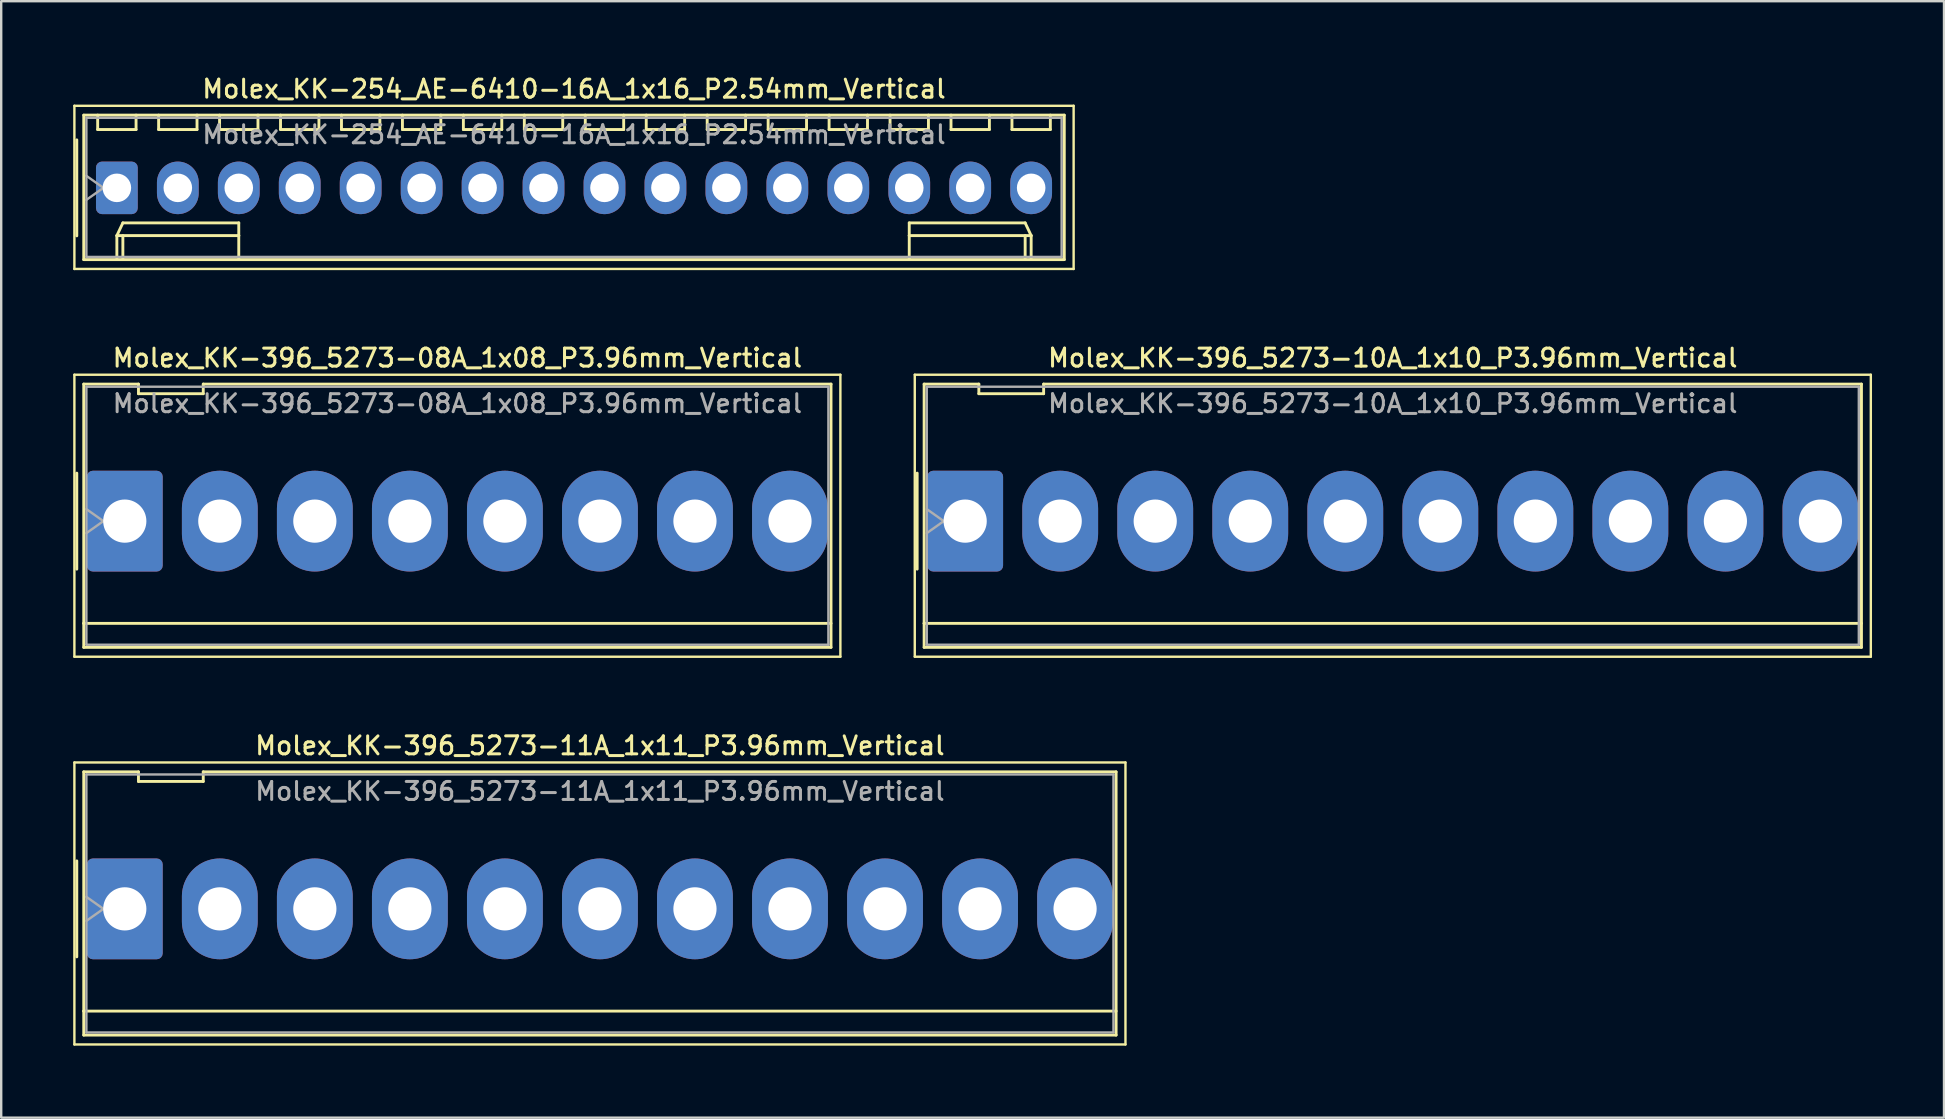
<source format=kicad_pcb>
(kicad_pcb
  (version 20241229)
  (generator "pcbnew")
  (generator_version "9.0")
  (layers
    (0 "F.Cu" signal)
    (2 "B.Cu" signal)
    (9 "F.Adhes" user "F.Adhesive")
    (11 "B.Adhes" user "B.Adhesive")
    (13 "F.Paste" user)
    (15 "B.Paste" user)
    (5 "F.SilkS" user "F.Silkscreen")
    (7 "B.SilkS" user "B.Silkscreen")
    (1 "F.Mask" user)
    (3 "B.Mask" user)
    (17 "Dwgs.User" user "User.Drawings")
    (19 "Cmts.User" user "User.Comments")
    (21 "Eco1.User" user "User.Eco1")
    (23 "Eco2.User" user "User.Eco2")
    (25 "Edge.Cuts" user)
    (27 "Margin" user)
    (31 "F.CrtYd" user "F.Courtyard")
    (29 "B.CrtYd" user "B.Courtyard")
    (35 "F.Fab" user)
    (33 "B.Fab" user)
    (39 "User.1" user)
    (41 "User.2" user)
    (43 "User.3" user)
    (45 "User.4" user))
  (footprint "Molex_KK-396_5273-10A_1x10_P3.96mm_Vertical"
    (layer "F.Cu")
    (at 37.17 18.666)
    (property "Reference" "Molex_KK-396_5273-10A_1x10_P3.96mm_Vertical" (at 17.82 -6.8 0) (layer "F.SilkS") (effects (font (size 0.75 0.75) (thickness 0.125))))
    (attr through_hole)
    (fp_line (start -2.1 -6.1) (end -2.1 5.65) (stroke (width 0.1) (type solid)) (layer "F.SilkS"))
    (fp_line (start -2.1 5.65) (end 37.74 5.65) (stroke (width 0.1) (type solid)) (layer "F.SilkS"))
    (fp_line (start -2 -2) (end -2 2) (stroke (width 0.12) (type solid)) (layer "F.SilkS"))
    (fp_line (start -1.71 -5.71) (end 0.57 -5.71) (stroke (width 0.12) (type solid)) (layer "F.SilkS"))
    (fp_line (start -1.71 4.26) (end -1.71 -5.71) (stroke (width 0.12) (type solid)) (layer "F.SilkS"))
    (fp_line (start -1.71 4.26) (end 37.35 4.26) (stroke (width 0.12) (type solid)) (layer "F.SilkS"))
    (fp_line (start -1.71 5.26) (end -1.71 4.26) (stroke (width 0.12) (type solid)) (layer "F.SilkS"))
    (fp_line (start 0.57 -5.71) (end 0.57 -5.31) (stroke (width 0.12) (type solid)) (layer "F.SilkS"))
    (fp_line (start 0.57 -5.31) (end 3.27 -5.31) (stroke (width 0.12) (type solid)) (layer "F.SilkS"))
    (fp_line (start 3.27 -5.71) (end 37.35 -5.71) (stroke (width 0.12) (type solid)) (layer "F.SilkS"))
    (fp_line (start 3.27 -5.31) (end 3.27 -5.71) (stroke (width 0.12) (type solid)) (layer "F.SilkS"))
    (fp_line (start 37.35 -5.71) (end 37.35 5.26) (stroke (width 0.12) (type solid)) (layer "F.SilkS"))
    (fp_line (start 37.35 5.26) (end -1.71 5.26) (stroke (width 0.12) (type solid)) (layer "F.SilkS"))
    (fp_line (start 37.74 -6.1) (end -2.1 -6.1) (stroke (width 0.1) (type solid)) (layer "F.SilkS"))
    (fp_line (start 37.74 5.65) (end 37.74 -6.1) (stroke (width 0.1) (type solid)) (layer "F.SilkS"))
    (fp_line (start -1.6 -5.6) (end 37.24 -5.6) (stroke (width 0.1) (type solid)) (layer "F.Fab"))
    (fp_line (start -1.6 -0.5) (end -0.893 0) (stroke (width 0.1) (type solid)) (layer "F.Fab"))
    (fp_line (start -1.6 5.15) (end -1.6 -5.6) (stroke (width 0.1) (type solid)) (layer "F.Fab"))
    (fp_line (start -0.893 0) (end -1.6 0.5) (stroke (width 0.1) (type solid)) (layer "F.Fab"))
    (fp_line (start 37.24 -5.6) (end 37.24 5.15) (stroke (width 0.1) (type solid)) (layer "F.Fab"))
    (fp_line (start 37.24 5.15) (end -1.6 5.15) (stroke (width 0.1) (type solid)) (layer "F.Fab"))
    (fp_text user "${REFERENCE}" (at 17.82 -4.9 0) (layer "F.Fab") (effects (font (size 0.75 0.75) (thickness 0.125))))
    (pad "1" thru_hole roundrect (at 0 0) (size 3.16 4.2) (drill 1.8) (layers "*.Cu" "*.Mask") (roundrect_rratio 0.079))
    (pad "2" thru_hole oval (at 3.96 0) (size 3.16 4.2) (drill 1.8) (layers "*.Cu" "*.Mask"))
    (pad "3" thru_hole oval (at 7.92 0) (size 3.16 4.2) (drill 1.8) (layers "*.Cu" "*.Mask"))
    (pad "4" thru_hole oval (at 11.88 0) (size 3.16 4.2) (drill 1.8) (layers "*.Cu" "*.Mask"))
    (pad "5" thru_hole oval (at 15.84 0) (size 3.16 4.2) (drill 1.8) (layers "*.Cu" "*.Mask"))
    (pad "6" thru_hole oval (at 19.8 0) (size 3.16 4.2) (drill 1.8) (layers "*.Cu" "*.Mask"))
    (pad "7" thru_hole oval (at 23.76 0) (size 3.16 4.2) (drill 1.8) (layers "*.Cu" "*.Mask"))
    (pad "8" thru_hole oval (at 27.72 0) (size 3.16 4.2) (drill 1.8) (layers "*.Cu" "*.Mask"))
    (pad "9" thru_hole oval (at 31.68 0) (size 3.16 4.2) (drill 1.8) (layers "*.Cu" "*.Mask"))
    (pad "10" thru_hole oval (at 35.64 0) (size 3.16 4.2) (drill 1.8) (layers "*.Cu" "*.Mask")))
  (footprint "Molex_KK-396_5273-08A_1x08_P3.96mm_Vertical"
    (layer "F.Cu")
    (at 2.15 18.666)
    (property "Reference" "Molex_KK-396_5273-08A_1x08_P3.96mm_Vertical" (at 13.86 -6.8 0) (layer "F.SilkS") (effects (font (size 0.75 0.75) (thickness 0.125))))
    (attr through_hole)
    (fp_line (start -2.1 -6.1) (end -2.1 5.65) (stroke (width 0.1) (type solid)) (layer "F.SilkS"))
    (fp_line (start -2.1 5.65) (end 29.82 5.65) (stroke (width 0.1) (type solid)) (layer "F.SilkS"))
    (fp_line (start -2 -2) (end -2 2) (stroke (width 0.12) (type solid)) (layer "F.SilkS"))
    (fp_line (start -1.71 -5.71) (end 0.57 -5.71) (stroke (width 0.12) (type solid)) (layer "F.SilkS"))
    (fp_line (start -1.71 4.26) (end -1.71 -5.71) (stroke (width 0.12) (type solid)) (layer "F.SilkS"))
    (fp_line (start -1.71 4.26) (end 29.43 4.26) (stroke (width 0.12) (type solid)) (layer "F.SilkS"))
    (fp_line (start -1.71 5.26) (end -1.71 4.26) (stroke (width 0.12) (type solid)) (layer "F.SilkS"))
    (fp_line (start 0.57 -5.71) (end 0.57 -5.31) (stroke (width 0.12) (type solid)) (layer "F.SilkS"))
    (fp_line (start 0.57 -5.31) (end 3.27 -5.31) (stroke (width 0.12) (type solid)) (layer "F.SilkS"))
    (fp_line (start 3.27 -5.71) (end 29.43 -5.71) (stroke (width 0.12) (type solid)) (layer "F.SilkS"))
    (fp_line (start 3.27 -5.31) (end 3.27 -5.71) (stroke (width 0.12) (type solid)) (layer "F.SilkS"))
    (fp_line (start 29.43 -5.71) (end 29.43 5.26) (stroke (width 0.12) (type solid)) (layer "F.SilkS"))
    (fp_line (start 29.43 5.26) (end -1.71 5.26) (stroke (width 0.12) (type solid)) (layer "F.SilkS"))
    (fp_line (start 29.82 -6.1) (end -2.1 -6.1) (stroke (width 0.1) (type solid)) (layer "F.SilkS"))
    (fp_line (start 29.82 5.65) (end 29.82 -6.1) (stroke (width 0.1) (type solid)) (layer "F.SilkS"))
    (fp_line (start -1.6 -5.6) (end 29.32 -5.6) (stroke (width 0.1) (type solid)) (layer "F.Fab"))
    (fp_line (start -1.6 -0.5) (end -0.893 0) (stroke (width 0.1) (type solid)) (layer "F.Fab"))
    (fp_line (start -1.6 5.15) (end -1.6 -5.6) (stroke (width 0.1) (type solid)) (layer "F.Fab"))
    (fp_line (start -0.893 0) (end -1.6 0.5) (stroke (width 0.1) (type solid)) (layer "F.Fab"))
    (fp_line (start 29.32 -5.6) (end 29.32 5.15) (stroke (width 0.1) (type solid)) (layer "F.Fab"))
    (fp_line (start 29.32 5.15) (end -1.6 5.15) (stroke (width 0.1) (type solid)) (layer "F.Fab"))
    (fp_text user "${REFERENCE}" (at 13.86 -4.9 0) (layer "F.Fab") (effects (font (size 0.75 0.75) (thickness 0.125))))
    (pad "1" thru_hole roundrect (at 0 0) (size 3.16 4.2) (drill 1.8) (layers "*.Cu" "*.Mask") (roundrect_rratio 0.079))
    (pad "2" thru_hole oval (at 3.96 0) (size 3.16 4.2) (drill 1.8) (layers "*.Cu" "*.Mask"))
    (pad "3" thru_hole oval (at 7.92 0) (size 3.16 4.2) (drill 1.8) (layers "*.Cu" "*.Mask"))
    (pad "4" thru_hole oval (at 11.88 0) (size 3.16 4.2) (drill 1.8) (layers "*.Cu" "*.Mask"))
    (pad "5" thru_hole oval (at 15.84 0) (size 3.16 4.2) (drill 1.8) (layers "*.Cu" "*.Mask"))
    (pad "6" thru_hole oval (at 19.8 0) (size 3.16 4.2) (drill 1.8) (layers "*.Cu" "*.Mask"))
    (pad "7" thru_hole oval (at 23.76 0) (size 3.16 4.2) (drill 1.8) (layers "*.Cu" "*.Mask"))
    (pad "8" thru_hole oval (at 27.72 0) (size 3.16 4.2) (drill 1.8) (layers "*.Cu" "*.Mask")))
  (footprint "Molex_KK-396_5273-11A_1x11_P3.96mm_Vertical"
    (layer "F.Cu")
    (at 2.15 34.824)
    (property "Reference" "Molex_KK-396_5273-11A_1x11_P3.96mm_Vertical" (at 19.8 -6.8 0) (layer "F.SilkS") (effects (font (size 0.75 0.75) (thickness 0.125))))
    (attr through_hole)
    (fp_line (start -2.1 -6.1) (end -2.1 5.65) (stroke (width 0.1) (type solid)) (layer "F.SilkS"))
    (fp_line (start -2.1 5.65) (end 41.7 5.65) (stroke (width 0.1) (type solid)) (layer "F.SilkS"))
    (fp_line (start -2 -2) (end -2 2) (stroke (width 0.12) (type solid)) (layer "F.SilkS"))
    (fp_line (start -1.71 -5.71) (end 0.57 -5.71) (stroke (width 0.12) (type solid)) (layer "F.SilkS"))
    (fp_line (start -1.71 4.26) (end -1.71 -5.71) (stroke (width 0.12) (type solid)) (layer "F.SilkS"))
    (fp_line (start -1.71 4.26) (end 41.31 4.26) (stroke (width 0.12) (type solid)) (layer "F.SilkS"))
    (fp_line (start -1.71 5.26) (end -1.71 4.26) (stroke (width 0.12) (type solid)) (layer "F.SilkS"))
    (fp_line (start 0.57 -5.71) (end 0.57 -5.31) (stroke (width 0.12) (type solid)) (layer "F.SilkS"))
    (fp_line (start 0.57 -5.31) (end 3.27 -5.31) (stroke (width 0.12) (type solid)) (layer "F.SilkS"))
    (fp_line (start 3.27 -5.71) (end 41.31 -5.71) (stroke (width 0.12) (type solid)) (layer "F.SilkS"))
    (fp_line (start 3.27 -5.31) (end 3.27 -5.71) (stroke (width 0.12) (type solid)) (layer "F.SilkS"))
    (fp_line (start 41.31 -5.71) (end 41.31 5.26) (stroke (width 0.12) (type solid)) (layer "F.SilkS"))
    (fp_line (start 41.31 5.26) (end -1.71 5.26) (stroke (width 0.12) (type solid)) (layer "F.SilkS"))
    (fp_line (start 41.7 -6.1) (end -2.1 -6.1) (stroke (width 0.1) (type solid)) (layer "F.SilkS"))
    (fp_line (start 41.7 5.65) (end 41.7 -6.1) (stroke (width 0.1) (type solid)) (layer "F.SilkS"))
    (fp_line (start -1.6 -5.6) (end 41.2 -5.6) (stroke (width 0.1) (type solid)) (layer "F.Fab"))
    (fp_line (start -1.6 -0.5) (end -0.893 0) (stroke (width 0.1) (type solid)) (layer "F.Fab"))
    (fp_line (start -1.6 5.15) (end -1.6 -5.6) (stroke (width 0.1) (type solid)) (layer "F.Fab"))
    (fp_line (start -0.893 0) (end -1.6 0.5) (stroke (width 0.1) (type solid)) (layer "F.Fab"))
    (fp_line (start 41.2 -5.6) (end 41.2 5.15) (stroke (width 0.1) (type solid)) (layer "F.Fab"))
    (fp_line (start 41.2 5.15) (end -1.6 5.15) (stroke (width 0.1) (type solid)) (layer "F.Fab"))
    (fp_text user "${REFERENCE}" (at 19.8 -4.9 0) (layer "F.Fab") (effects (font (size 0.75 0.75) (thickness 0.125))))
    (pad "1" thru_hole roundrect (at 0 0) (size 3.16 4.2) (drill 1.8) (layers "*.Cu" "*.Mask") (roundrect_rratio 0.079))
    (pad "2" thru_hole oval (at 3.96 0) (size 3.16 4.2) (drill 1.8) (layers "*.Cu" "*.Mask"))
    (pad "3" thru_hole oval (at 7.92 0) (size 3.16 4.2) (drill 1.8) (layers "*.Cu" "*.Mask"))
    (pad "4" thru_hole oval (at 11.88 0) (size 3.16 4.2) (drill 1.8) (layers "*.Cu" "*.Mask"))
    (pad "5" thru_hole oval (at 15.84 0) (size 3.16 4.2) (drill 1.8) (layers "*.Cu" "*.Mask"))
    (pad "6" thru_hole oval (at 19.8 0) (size 3.16 4.2) (drill 1.8) (layers "*.Cu" "*.Mask"))
    (pad "7" thru_hole oval (at 23.76 0) (size 3.16 4.2) (drill 1.8) (layers "*.Cu" "*.Mask"))
    (pad "8" thru_hole oval (at 27.72 0) (size 3.16 4.2) (drill 1.8) (layers "*.Cu" "*.Mask"))
    (pad "9" thru_hole oval (at 31.68 0) (size 3.16 4.2) (drill 1.8) (layers "*.Cu" "*.Mask"))
    (pad "10" thru_hole oval (at 35.64 0) (size 3.16 4.2) (drill 1.8) (layers "*.Cu" "*.Mask"))
    (pad "11" thru_hole oval (at 39.6 0) (size 3.16 4.2) (drill 1.8) (layers "*.Cu" "*.Mask")))
  (footprint "Molex_KK-254_AE-6410-16A_1x16_P2.54mm_Vertical"
    (layer "F.Cu")
    (at 1.82 4.778)
    (property "Reference" "Molex_KK-254_AE-6410-16A_1x16_P2.54mm_Vertical" (at 19.05 -4.12 0) (layer "F.SilkS") (effects (font (size 0.75 0.75) (thickness 0.125))))
    (attr through_hole)
    (fp_line (start -1.77 -3.42) (end -1.77 3.38) (stroke (width 0.1) (type solid)) (layer "F.SilkS"))
    (fp_line (start -1.77 3.38) (end 39.87 3.38) (stroke (width 0.1) (type solid)) (layer "F.SilkS"))
    (fp_line (start -1.67 -2) (end -1.67 2) (stroke (width 0.12) (type solid)) (layer "F.SilkS"))
    (fp_line (start -1.38 -3.03) (end -1.38 2.99) (stroke (width 0.12) (type solid)) (layer "F.SilkS"))
    (fp_line (start -1.38 2.99) (end 39.48 2.99) (stroke (width 0.12) (type solid)) (layer "F.SilkS"))
    (fp_line (start -0.8 -3.03) (end -0.8 -2.43) (stroke (width 0.12) (type solid)) (layer "F.SilkS"))
    (fp_line (start -0.8 -2.43) (end 0.8 -2.43) (stroke (width 0.12) (type solid)) (layer "F.SilkS"))
    (fp_line (start 0 1.99) (end 0.25 1.46) (stroke (width 0.12) (type solid)) (layer "F.SilkS"))
    (fp_line (start 0 1.99) (end 5.08 1.99) (stroke (width 0.12) (type solid)) (layer "F.SilkS"))
    (fp_line (start 0 2.99) (end 0 1.99) (stroke (width 0.12) (type solid)) (layer "F.SilkS"))
    (fp_line (start 0.25 1.46) (end 5.08 1.46) (stroke (width 0.12) (type solid)) (layer "F.SilkS"))
    (fp_line (start 0.25 2.99) (end 0.25 1.99) (stroke (width 0.12) (type solid)) (layer "F.SilkS"))
    (fp_line (start 0.8 -2.43) (end 0.8 -3.03) (stroke (width 0.12) (type solid)) (layer "F.SilkS"))
    (fp_line (start 1.74 -3.03) (end 1.74 -2.43) (stroke (width 0.12) (type solid)) (layer "F.SilkS"))
    (fp_line (start 1.74 -2.43) (end 3.34 -2.43) (stroke (width 0.12) (type solid)) (layer "F.SilkS"))
    (fp_line (start 3.34 -2.43) (end 3.34 -3.03) (stroke (width 0.12) (type solid)) (layer "F.SilkS"))
    (fp_line (start 4.28 -3.03) (end 4.28 -2.43) (stroke (width 0.12) (type solid)) (layer "F.SilkS"))
    (fp_line (start 4.28 -2.43) (end 5.88 -2.43) (stroke (width 0.12) (type solid)) (layer "F.SilkS"))
    (fp_line (start 5.08 1.46) (end 5.08 1.99) (stroke (width 0.12) (type solid)) (layer "F.SilkS"))
    (fp_line (start 5.08 1.99) (end 5.08 2.99) (stroke (width 0.12) (type solid)) (layer "F.SilkS"))
    (fp_line (start 5.88 -2.43) (end 5.88 -3.03) (stroke (width 0.12) (type solid)) (layer "F.SilkS"))
    (fp_line (start 6.82 -3.03) (end 6.82 -2.43) (stroke (width 0.12) (type solid)) (layer "F.SilkS"))
    (fp_line (start 6.82 -2.43) (end 8.42 -2.43) (stroke (width 0.12) (type solid)) (layer "F.SilkS"))
    (fp_line (start 8.42 -2.43) (end 8.42 -3.03) (stroke (width 0.12) (type solid)) (layer "F.SilkS"))
    (fp_line (start 9.36 -3.03) (end 9.36 -2.43) (stroke (width 0.12) (type solid)) (layer "F.SilkS"))
    (fp_line (start 9.36 -2.43) (end 10.96 -2.43) (stroke (width 0.12) (type solid)) (layer "F.SilkS"))
    (fp_line (start 10.96 -2.43) (end 10.96 -3.03) (stroke (width 0.12) (type solid)) (layer "F.SilkS"))
    (fp_line (start 11.9 -3.03) (end 11.9 -2.43) (stroke (width 0.12) (type solid)) (layer "F.SilkS"))
    (fp_line (start 11.9 -2.43) (end 13.5 -2.43) (stroke (width 0.12) (type solid)) (layer "F.SilkS"))
    (fp_line (start 13.5 -2.43) (end 13.5 -3.03) (stroke (width 0.12) (type solid)) (layer "F.SilkS"))
    (fp_line (start 14.44 -3.03) (end 14.44 -2.43) (stroke (width 0.12) (type solid)) (layer "F.SilkS"))
    (fp_line (start 14.44 -2.43) (end 16.04 -2.43) (stroke (width 0.12) (type solid)) (layer "F.SilkS"))
    (fp_line (start 16.04 -2.43) (end 16.04 -3.03) (stroke (width 0.12) (type solid)) (layer "F.SilkS"))
    (fp_line (start 16.98 -3.03) (end 16.98 -2.43) (stroke (width 0.12) (type solid)) (layer "F.SilkS"))
    (fp_line (start 16.98 -2.43) (end 18.58 -2.43) (stroke (width 0.12) (type solid)) (layer "F.SilkS"))
    (fp_line (start 18.58 -2.43) (end 18.58 -3.03) (stroke (width 0.12) (type solid)) (layer "F.SilkS"))
    (fp_line (start 19.52 -3.03) (end 19.52 -2.43) (stroke (width 0.12) (type solid)) (layer "F.SilkS"))
    (fp_line (start 19.52 -2.43) (end 21.12 -2.43) (stroke (width 0.12) (type solid)) (layer "F.SilkS"))
    (fp_line (start 21.12 -2.43) (end 21.12 -3.03) (stroke (width 0.12) (type solid)) (layer "F.SilkS"))
    (fp_line (start 22.06 -3.03) (end 22.06 -2.43) (stroke (width 0.12) (type solid)) (layer "F.SilkS"))
    (fp_line (start 22.06 -2.43) (end 23.66 -2.43) (stroke (width 0.12) (type solid)) (layer "F.SilkS"))
    (fp_line (start 23.66 -2.43) (end 23.66 -3.03) (stroke (width 0.12) (type solid)) (layer "F.SilkS"))
    (fp_line (start 24.6 -3.03) (end 24.6 -2.43) (stroke (width 0.12) (type solid)) (layer "F.SilkS"))
    (fp_line (start 24.6 -2.43) (end 26.2 -2.43) (stroke (width 0.12) (type solid)) (layer "F.SilkS"))
    (fp_line (start 26.2 -2.43) (end 26.2 -3.03) (stroke (width 0.12) (type solid)) (layer "F.SilkS"))
    (fp_line (start 27.14 -3.03) (end 27.14 -2.43) (stroke (width 0.12) (type solid)) (layer "F.SilkS"))
    (fp_line (start 27.14 -2.43) (end 28.74 -2.43) (stroke (width 0.12) (type solid)) (layer "F.SilkS"))
    (fp_line (start 28.74 -2.43) (end 28.74 -3.03) (stroke (width 0.12) (type solid)) (layer "F.SilkS"))
    (fp_line (start 29.68 -3.03) (end 29.68 -2.43) (stroke (width 0.12) (type solid)) (layer "F.SilkS"))
    (fp_line (start 29.68 -2.43) (end 31.28 -2.43) (stroke (width 0.12) (type solid)) (layer "F.SilkS"))
    (fp_line (start 31.28 -2.43) (end 31.28 -3.03) (stroke (width 0.12) (type solid)) (layer "F.SilkS"))
    (fp_line (start 32.22 -3.03) (end 32.22 -2.43) (stroke (width 0.12) (type solid)) (layer "F.SilkS"))
    (fp_line (start 32.22 -2.43) (end 33.82 -2.43) (stroke (width 0.12) (type solid)) (layer "F.SilkS"))
    (fp_line (start 33.02 1.46) (end 33.02 1.99) (stroke (width 0.12) (type solid)) (layer "F.SilkS"))
    (fp_line (start 33.02 1.99) (end 33.02 2.99) (stroke (width 0.12) (type solid)) (layer "F.SilkS"))
    (fp_line (start 33.82 -2.43) (end 33.82 -3.03) (stroke (width 0.12) (type solid)) (layer "F.SilkS"))
    (fp_line (start 34.76 -3.03) (end 34.76 -2.43) (stroke (width 0.12) (type solid)) (layer "F.SilkS"))
    (fp_line (start 34.76 -2.43) (end 36.36 -2.43) (stroke (width 0.12) (type solid)) (layer "F.SilkS"))
    (fp_line (start 36.36 -2.43) (end 36.36 -3.03) (stroke (width 0.12) (type solid)) (layer "F.SilkS"))
    (fp_line (start 37.3 -3.03) (end 37.3 -2.43) (stroke (width 0.12) (type solid)) (layer "F.SilkS"))
    (fp_line (start 37.3 -2.43) (end 38.9 -2.43) (stroke (width 0.12) (type solid)) (layer "F.SilkS"))
    (fp_line (start 37.85 1.46) (end 33.02 1.46) (stroke (width 0.12) (type solid)) (layer "F.SilkS"))
    (fp_line (start 37.85 2.99) (end 37.85 1.99) (stroke (width 0.12) (type solid)) (layer "F.SilkS"))
    (fp_line (start 38.1 1.99) (end 33.02 1.99) (stroke (width 0.12) (type solid)) (layer "F.SilkS"))
    (fp_line (start 38.1 1.99) (end 37.85 1.46) (stroke (width 0.12) (type solid)) (layer "F.SilkS"))
    (fp_line (start 38.1 2.99) (end 38.1 1.99) (stroke (width 0.12) (type solid)) (layer "F.SilkS"))
    (fp_line (start 38.9 -2.43) (end 38.9 -3.03) (stroke (width 0.12) (type solid)) (layer "F.SilkS"))
    (fp_line (start 39.48 -3.03) (end -1.38 -3.03) (stroke (width 0.12) (type solid)) (layer "F.SilkS"))
    (fp_line (start 39.48 2.99) (end 39.48 -3.03) (stroke (width 0.12) (type solid)) (layer "F.SilkS"))
    (fp_line (start 39.87 -3.42) (end -1.77 -3.42) (stroke (width 0.1) (type solid)) (layer "F.SilkS"))
    (fp_line (start 39.87 3.38) (end 39.87 -3.42) (stroke (width 0.1) (type solid)) (layer "F.SilkS"))
    (fp_line (start -1.27 -2.92) (end -1.27 2.88) (stroke (width 0.1) (type solid)) (layer "F.Fab"))
    (fp_line (start -1.27 -0.5) (end -0.563 0) (stroke (width 0.1) (type solid)) (layer "F.Fab"))
    (fp_line (start -1.27 2.88) (end 39.37 2.88) (stroke (width 0.1) (type solid)) (layer "F.Fab"))
    (fp_line (start -0.563 0) (end -1.27 0.5) (stroke (width 0.1) (type solid)) (layer "F.Fab"))
    (fp_line (start 39.37 -2.92) (end -1.27 -2.92) (stroke (width 0.1) (type solid)) (layer "F.Fab"))
    (fp_line (start 39.37 2.88) (end 39.37 -2.92) (stroke (width 0.1) (type solid)) (layer "F.Fab"))
    (fp_text user "${REFERENCE}" (at 19.05 -2.22 0) (layer "F.Fab") (effects (font (size 0.75 0.75) (thickness 0.125))))
    (pad "1" thru_hole roundrect (at 0 0) (size 1.74 2.19) (drill 1.19) (layers "*.Cu" "*.Mask") (roundrect_rratio 0.144))
    (pad "2" thru_hole oval (at 2.54 0) (size 1.74 2.19) (drill 1.19) (layers "*.Cu" "*.Mask"))
    (pad "3" thru_hole oval (at 5.08 0) (size 1.74 2.19) (drill 1.19) (layers "*.Cu" "*.Mask"))
    (pad "4" thru_hole oval (at 7.62 0) (size 1.74 2.19) (drill 1.19) (layers "*.Cu" "*.Mask"))
    (pad "5" thru_hole oval (at 10.16 0) (size 1.74 2.19) (drill 1.19) (layers "*.Cu" "*.Mask"))
    (pad "6" thru_hole oval (at 12.7 0) (size 1.74 2.19) (drill 1.19) (layers "*.Cu" "*.Mask"))
    (pad "7" thru_hole oval (at 15.24 0) (size 1.74 2.19) (drill 1.19) (layers "*.Cu" "*.Mask"))
    (pad "8" thru_hole oval (at 17.78 0) (size 1.74 2.19) (drill 1.19) (layers "*.Cu" "*.Mask"))
    (pad "9" thru_hole oval (at 20.32 0) (size 1.74 2.19) (drill 1.19) (layers "*.Cu" "*.Mask"))
    (pad "10" thru_hole oval (at 22.86 0) (size 1.74 2.19) (drill 1.19) (layers "*.Cu" "*.Mask"))
    (pad "11" thru_hole oval (at 25.4 0) (size 1.74 2.19) (drill 1.19) (layers "*.Cu" "*.Mask"))
    (pad "12" thru_hole oval (at 27.94 0) (size 1.74 2.19) (drill 1.19) (layers "*.Cu" "*.Mask"))
    (pad "13" thru_hole oval (at 30.48 0) (size 1.74 2.19) (drill 1.19) (layers "*.Cu" "*.Mask"))
    (pad "14" thru_hole oval (at 33.02 0) (size 1.74 2.19) (drill 1.19) (layers "*.Cu" "*.Mask"))
    (pad "15" thru_hole oval (at 35.56 0) (size 1.74 2.19) (drill 1.19) (layers "*.Cu" "*.Mask"))
    (pad "16" thru_hole oval (at 38.1 0) (size 1.74 2.19) (drill 1.19) (layers "*.Cu" "*.Mask")))
  (gr_rect
    (start -3 -3)
    (end 77.96 43.524)
    (stroke (width 0.1) (type default))
    (fill no)
    (layer "Edge.Cuts")))
</source>
